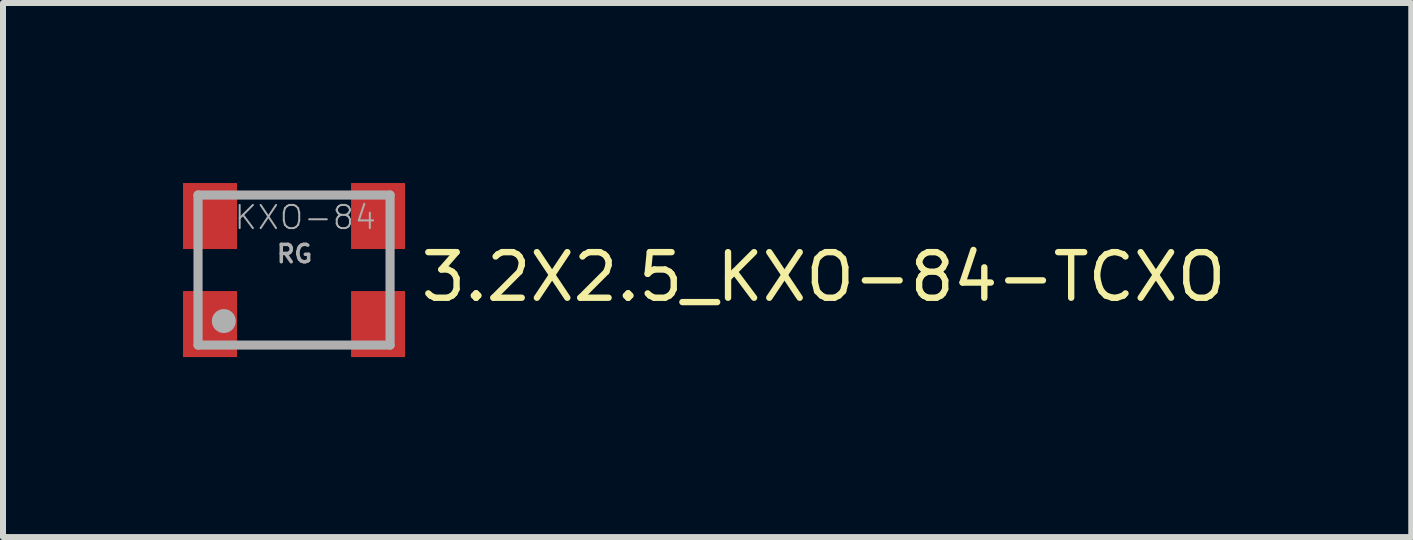
<source format=kicad_pcb>
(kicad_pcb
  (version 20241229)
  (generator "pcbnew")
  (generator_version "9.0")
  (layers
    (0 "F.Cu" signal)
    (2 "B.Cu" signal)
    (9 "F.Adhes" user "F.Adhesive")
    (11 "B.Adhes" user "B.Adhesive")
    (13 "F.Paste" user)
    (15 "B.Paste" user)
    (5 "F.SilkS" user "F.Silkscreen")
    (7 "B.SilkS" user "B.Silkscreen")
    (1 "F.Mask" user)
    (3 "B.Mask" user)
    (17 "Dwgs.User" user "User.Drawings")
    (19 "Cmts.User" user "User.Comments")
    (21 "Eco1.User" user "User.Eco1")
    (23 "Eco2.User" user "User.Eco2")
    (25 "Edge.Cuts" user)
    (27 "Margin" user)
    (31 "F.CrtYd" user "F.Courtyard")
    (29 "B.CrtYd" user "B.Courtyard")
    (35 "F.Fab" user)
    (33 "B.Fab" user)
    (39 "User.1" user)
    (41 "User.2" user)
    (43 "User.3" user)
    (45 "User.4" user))
  (footprint "3.2X2.5_KXO-84-TCXO"
    (layer "F.Cu")
    (at 1.85 1.45)
    (property "Reference" "3.2X2.5_KXO-84-TCXO" (at 2.059 0.56 0) (layer "F.SilkS") (effects (font (size 0.76 0.76) (thickness 0.106)) (justify left bottom)))
    (attr through_hole)
    (fp_line (start -1.6 -0.25) (end -1.6 0.25) (stroke (width 0.127) (type solid)) (layer "F.SilkS"))
    (fp_line (start -0.82 -1.25) (end 0.83 -1.25) (stroke (width 0.127) (type solid)) (layer "F.SilkS"))
    (fp_line (start -0.82 1.25) (end 0.78 1.25) (stroke (width 0.127) (type solid)) (layer "F.SilkS"))
    (fp_line (start 1.6 -0.25) (end 1.6 0.25) (stroke (width 0.127) (type solid)) (layer "F.SilkS"))
    (fp_line (start -1.6 -1.25) (end -1.6 1.25) (stroke (width 0.152) (type solid)) (layer "F.Fab"))
    (fp_line (start -1.6 1.25) (end 1.6 1.25) (stroke (width 0.152) (type solid)) (layer "F.Fab"))
    (fp_line (start 1.6 -1.25) (end -1.6 -1.25) (stroke (width 0.152) (type solid)) (layer "F.Fab"))
    (fp_line (start 1.6 1.25) (end 1.6 -1.25) (stroke (width 0.152) (type solid)) (layer "F.Fab"))
    (fp_circle (center -1.17 0.85) (end -1.07 0.85) (stroke (width 0.2) (type solid)) (fill no) (layer "F.Fab"))
    (fp_text user "KXO-84" (at -1.02 -0.65 0) (layer "F.Fab") (effects (font (size 0.386 0.386) (thickness 0.033)) (justify left bottom)))
    (fp_text user "RG" (at -0.32 -0.1 0) (layer "F.Fab") (effects (font (size 0.29 0.29) (thickness 0.058)) (justify left bottom)))
    (pad "1" smd rect (at -1.4 0.9) (size 0.9 1.1) (layers "F.Cu" "F.Mask" "F.Paste"))
    (pad "2" smd rect (at 1.4 0.9) (size 0.9 1.1) (layers "F.Cu" "F.Mask" "F.Paste"))
    (pad "3" smd rect (at 1.4 -0.9) (size 0.9 1.1) (layers "F.Cu" "F.Mask" "F.Paste"))
    (pad "4" smd rect (at -1.4 -0.9) (size 0.9 1.1) (layers "F.Cu" "F.Mask" "F.Paste")))
  (gr_rect
    (start -3 -3)
    (end 20.467 5.9)
    (stroke (width 0.1) (type default))
    (fill no)
    (layer "Edge.Cuts")))
</source>
